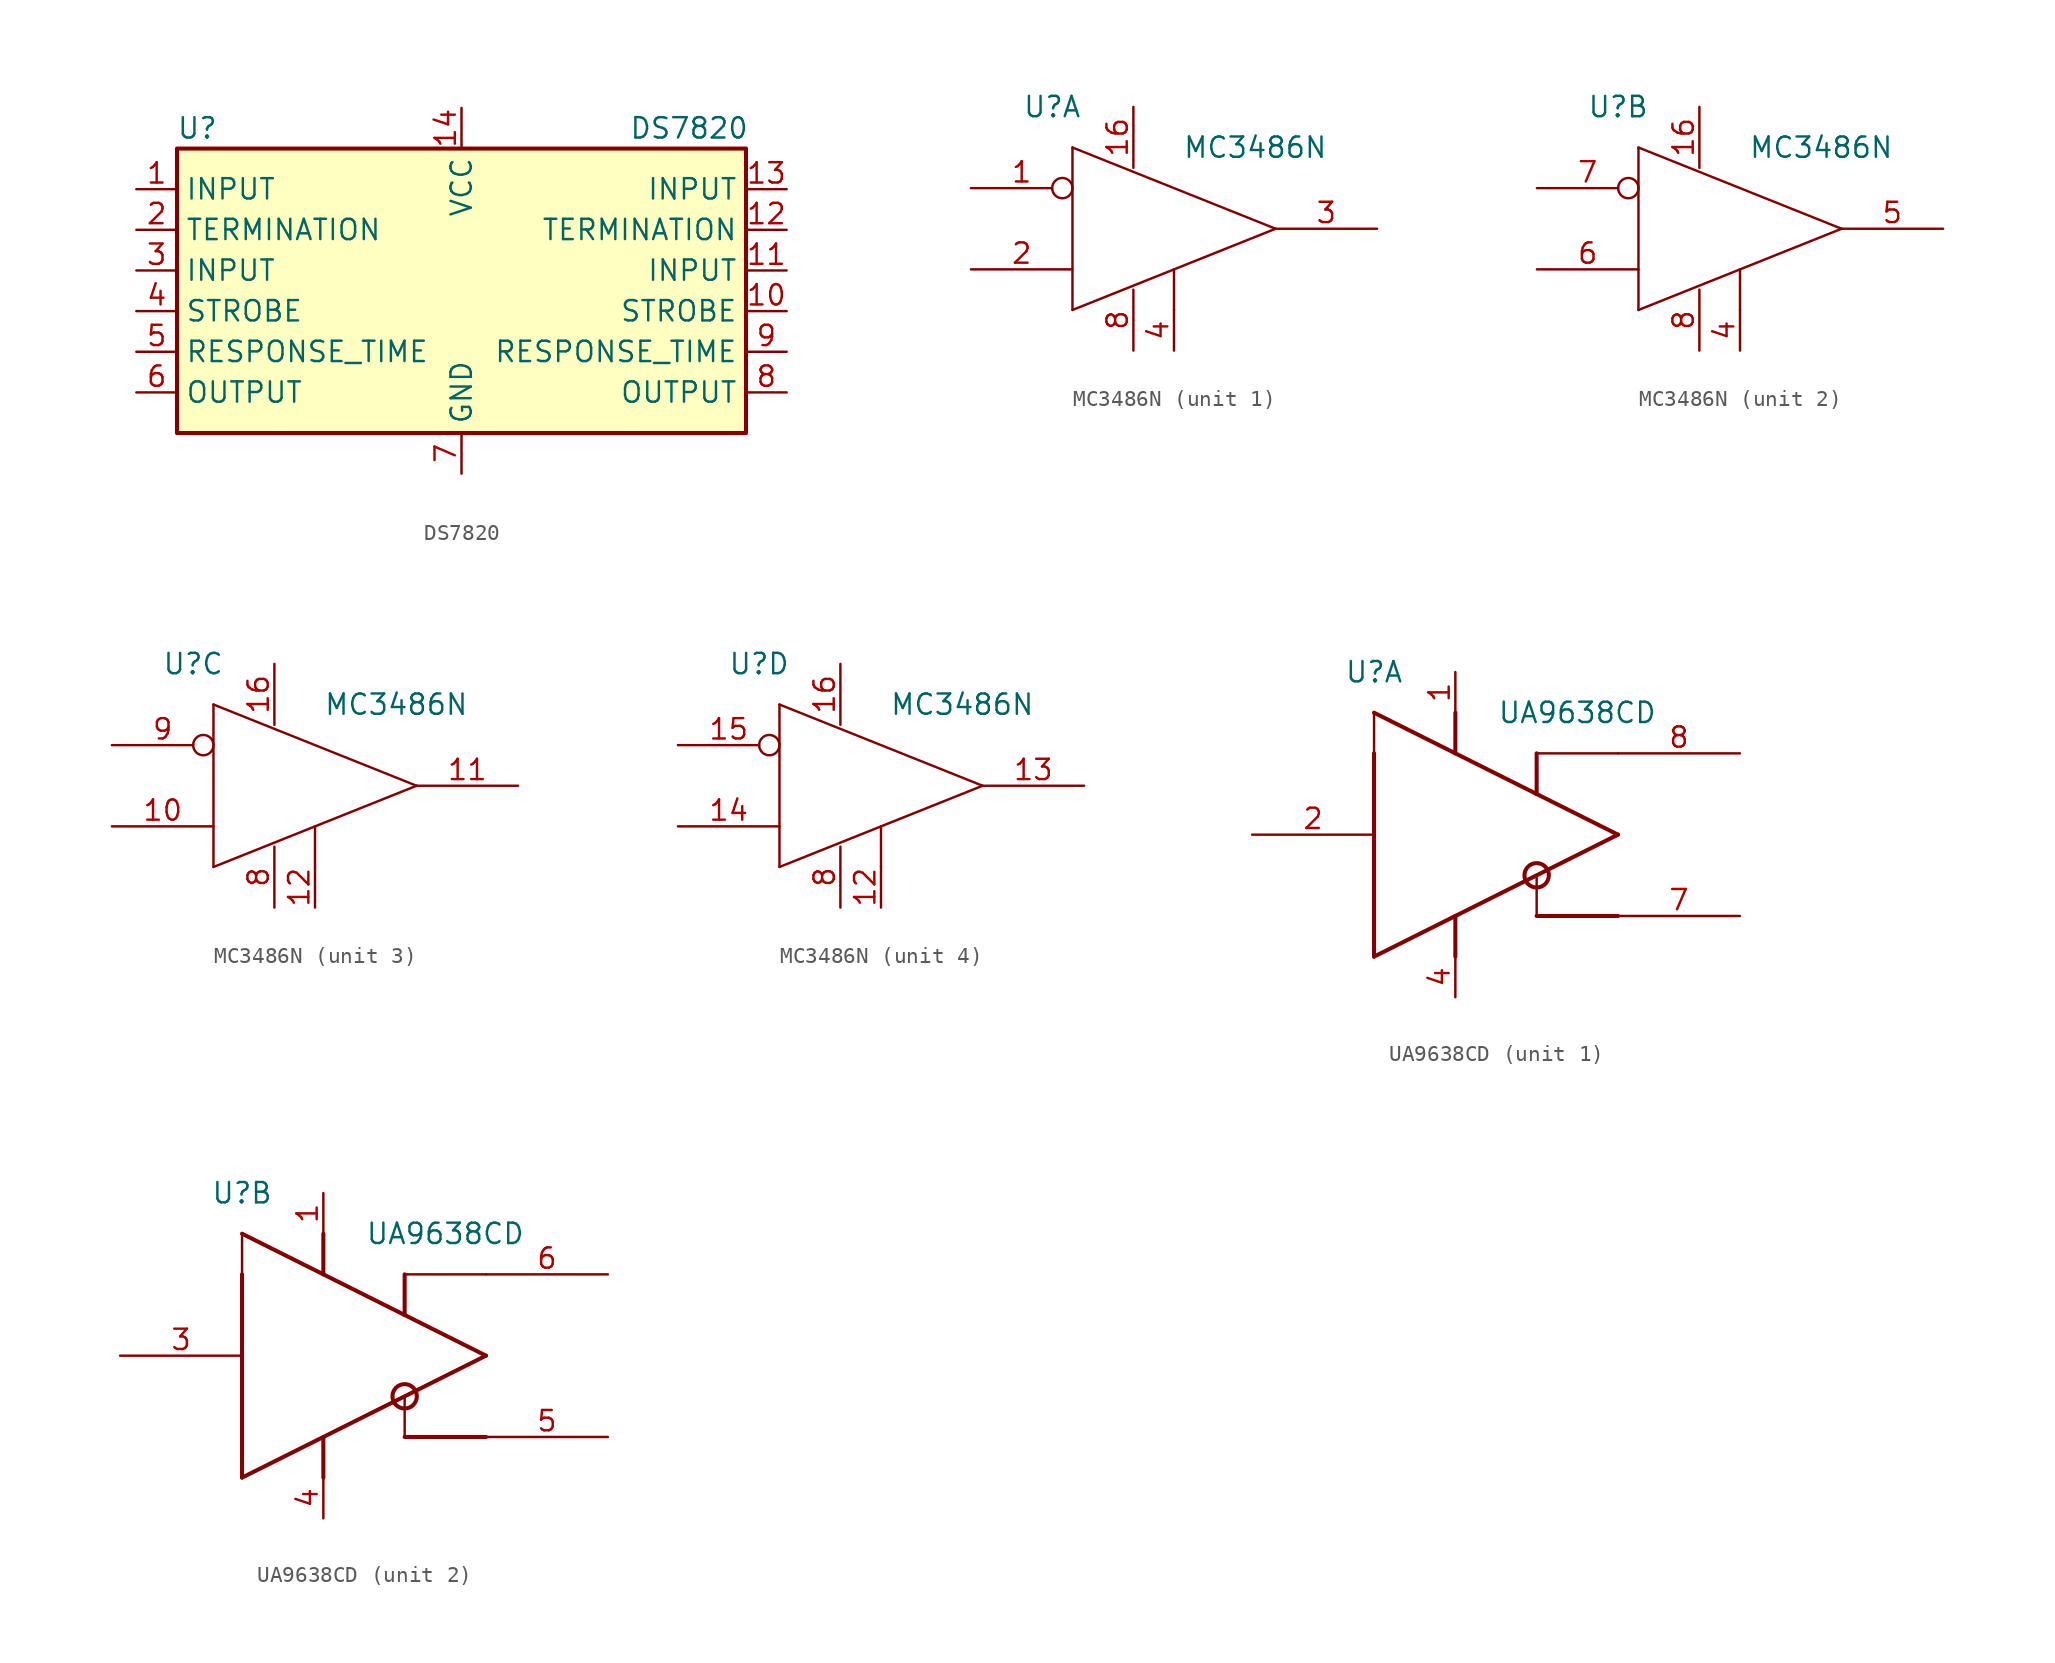
<source format=kicad_sym>
(kicad_symbol_lib
  (version 20201005)
  (generator kicad_symbol_editor)
  (symbol "DS7820"
    (property "Reference" "U"
      (at -16.51 8.89 0)
      (effects (font (size 1.27 1.27))))
    (property "Value" "DS7820"
      (at 14.224 8.89 0)
      (effects (font (size 1.27 1.27))))
    (symbol "DS7820_0_1"
      (rectangle (start -17.78 7.62) (end 17.78 -10.16) (stroke (width 0.254)) (fill (type background))))
    (symbol "DS7820_1_1"
      (pin input line (at -20.32 5.08 0) (length 2.54) (name "INPUT" (effects (font (size 1.27 1.27)))) (number "1" (effects (font (size 1.27 1.27)))))
      (pin input line (at -20.32 2.54 0) (length 2.54) (name "TERMINATION" (effects (font (size 1.27 1.27)))) (number "2" (effects (font (size 1.27 1.27)))))
      (pin input line (at -20.32 0 0) (length 2.54) (name "INPUT" (effects (font (size 1.27 1.27)))) (number "3" (effects (font (size 1.27 1.27)))))
      (pin input line (at -20.32 -2.54 0) (length 2.54) (name "STROBE" (effects (font (size 1.27 1.27)))) (number "4" (effects (font (size 1.27 1.27)))))
      (pin input line (at -20.32 -5.08 0) (length 2.54) (name "RESPONSE_TIME" (effects (font (size 1.27 1.27)))) (number "5" (effects (font (size 1.27 1.27)))))
      (pin input line (at -20.32 -7.62 0) (length 2.54) (name "OUTPUT" (effects (font (size 1.27 1.27)))) (number "6" (effects (font (size 1.27 1.27)))))
      (pin power_in line (at 0 -12.7 90) (length 2.54) (name "GND" (effects (font (size 1.27 1.27)))) (number "7" (effects (font (size 1.27 1.27)))))
      (pin output line (at 20.32 -7.62 180) (length 2.54) (name "OUTPUT" (effects (font (size 1.27 1.27)))) (number "8" (effects (font (size 1.27 1.27)))))
      (pin input line (at 20.32 -5.08 180) (length 2.54) (name "RESPONSE_TIME" (effects (font (size 1.27 1.27)))) (number "9" (effects (font (size 1.27 1.27)))))
      (pin input line (at 20.32 -2.54 180) (length 2.54) (name "STROBE" (effects (font (size 1.27 1.27)))) (number "10" (effects (font (size 1.27 1.27)))))
      (pin input line (at 20.32 0 180) (length 2.54) (name "INPUT" (effects (font (size 1.27 1.27)))) (number "11" (effects (font (size 1.27 1.27)))))
      (pin input line (at 20.32 2.54 180) (length 2.54) (name "TERMINATION" (effects (font (size 1.27 1.27)))) (number "12" (effects (font (size 1.27 1.27)))))
      (pin input line (at 20.32 5.08 180) (length 2.54) (name "INPUT" (effects (font (size 1.27 1.27)))) (number "13" (effects (font (size 1.27 1.27)))))
      (pin power_in line (at 0 10.16 270) (length 2.54) (name "VCC" (effects (font (size 1.27 1.27)))) (number "14" (effects (font (size 1.27 1.27)))))))
  (symbol "MC3486N"
    (pin_names
      (offset 1.016) hide)
    (property "Reference" "U"
      (at -7.62 7.62 0)
      (effects (font (size 1.27 1.27))))
    (property "Value" "MC3486N"
      (at 5.08 5.08 0)
      (effects (font (size 1.27 1.27))))
    (symbol "MC3486N_0_1"
      (polyline (pts (xy -6.35 -5.08) (xy 6.35 0)) (stroke (width 0)) (fill (type none)))
      (polyline (pts (xy -6.35 5.08) (xy -6.35 -5.08)) (stroke (width 0)) (fill (type none)))
      (polyline (pts (xy 0 -5.08) (xy 0 -2.54)) (stroke (width 0)) (fill (type none)))
      (polyline (pts (xy 6.35 0) (xy -6.35 5.08)) (stroke (width 0)) (fill (type none))))
    (symbol "MC3486N_1_1"
      (pin input inverted (at -12.7 2.54 0) (length 6.35) (name "E-" (effects (font (size 1.27 1.27)))) (number "1" (effects (font (size 1.27 1.27)))))
      (pin input line (at -12.7 -2.54 0) (length 6.35) (name "E+" (effects (font (size 1.27 1.27)))) (number "2" (effects (font (size 1.27 1.27)))))
      (pin tri_state line (at 12.7 0 180) (length 6.35) (name "OUT" (effects (font (size 1.27 1.27)))) (number "3" (effects (font (size 1.27 1.27)))))
      (pin input line (at 0 -7.62 90) (length 2.54) (name "ENABLE" (effects (font (size 1.27 1.27)))) (number "4" (effects (font (size 1.27 1.27)))))
      (pin power_in line (at -2.54 -7.62 90) (length 3.81) (name "GND" (effects (font (size 1.27 1.27)))) (number "8" (effects (font (size 1.27 1.27)))))
      (pin power_in line (at -2.54 7.62 270) (length 3.81) (name "VCC" (effects (font (size 1.27 1.27)))) (number "16" (effects (font (size 1.27 1.27))))))
    (symbol "MC3486N_2_1"
      (pin input line (at 0 -7.62 90) (length 2.54) (name "ENABLE" (effects (font (size 1.27 1.27)))) (number "4" (effects (font (size 1.27 1.27)))))
      (pin tri_state line (at 12.7 0 180) (length 6.35) (name "OUT" (effects (font (size 1.27 1.27)))) (number "5" (effects (font (size 1.27 1.27)))))
      (pin input line (at -12.7 -2.54 0) (length 6.35) (name "E+" (effects (font (size 1.27 1.27)))) (number "6" (effects (font (size 1.27 1.27)))))
      (pin input inverted (at -12.7 2.54 0) (length 6.35) (name "E-" (effects (font (size 1.27 1.27)))) (number "7" (effects (font (size 1.27 1.27)))))
      (pin power_in line (at -2.54 -7.62 90) (length 3.81) (name "GND" (effects (font (size 1.27 1.27)))) (number "8" (effects (font (size 1.27 1.27)))))
      (pin power_in line (at -2.54 7.62 270) (length 3.81) (name "VCC" (effects (font (size 1.27 1.27)))) (number "16" (effects (font (size 1.27 1.27))))))
    (symbol "MC3486N_3_1"
      (pin power_in line (at -2.54 -7.62 90) (length 3.81) (name "GND" (effects (font (size 1.27 1.27)))) (number "8" (effects (font (size 1.27 1.27)))))
      (pin input inverted (at -12.7 2.54 0) (length 6.35) (name "E-" (effects (font (size 1.27 1.27)))) (number "9" (effects (font (size 1.27 1.27)))))
      (pin input line (at -12.7 -2.54 0) (length 6.35) (name "E+" (effects (font (size 1.27 1.27)))) (number "10" (effects (font (size 1.27 1.27)))))
      (pin tri_state line (at 12.7 0 180) (length 6.35) (name "OUT" (effects (font (size 1.27 1.27)))) (number "11" (effects (font (size 1.27 1.27)))))
      (pin input line (at 0 -7.62 90) (length 2.54) (name "ENABLE" (effects (font (size 1.27 1.27)))) (number "12" (effects (font (size 1.27 1.27)))))
      (pin power_in line (at -2.54 7.62 270) (length 3.81) (name "VCC" (effects (font (size 1.27 1.27)))) (number "16" (effects (font (size 1.27 1.27))))))
    (symbol "MC3486N_4_1"
      (pin power_in line (at -2.54 -7.62 90) (length 3.81) (name "GND" (effects (font (size 1.27 1.27)))) (number "8" (effects (font (size 1.27 1.27)))))
      (pin input line (at 0 -7.62 90) (length 2.54) (name "ENABLE" (effects (font (size 1.27 1.27)))) (number "12" (effects (font (size 1.27 1.27)))))
      (pin tri_state line (at 12.7 0 180) (length 6.35) (name "OUT" (effects (font (size 1.27 1.27)))) (number "13" (effects (font (size 1.27 1.27)))))
      (pin input line (at -12.7 -2.54 0) (length 6.35) (name "E+" (effects (font (size 1.27 1.27)))) (number "14" (effects (font (size 1.27 1.27)))))
      (pin input inverted (at -12.7 2.54 0) (length 6.35) (name "E-" (effects (font (size 1.27 1.27)))) (number "15" (effects (font (size 1.27 1.27)))))
      (pin power_in line (at -2.54 7.62 270) (length 3.81) (name "VCC" (effects (font (size 1.27 1.27)))) (number "16" (effects (font (size 1.27 1.27)))))))
  (symbol "UA9638CD"
    (pin_names
      (offset 1.016) hide)
    (property "Reference" "U"
      (at -7.62 10.16 0)
      (effects (font (size 1.27 1.27))))
    (property "Value" "UA9638CD"
      (at 5.08 7.62 0)
      (effects (font (size 1.27 1.27))))
    (symbol "UA9638CD_0_1"
      (circle (center 2.54 -2.54) (radius 0.762) (stroke (width 0.254)) (fill (type none)))
      (polyline (pts (xy -7.62 5.08) (xy -7.62 -7.62)) (stroke (width 0.254)) (fill (type background)))
      (polyline (pts (xy -7.62 5.08) (xy -7.62 7.62)) (stroke (width 0)) (fill (type none)))
      (polyline (pts (xy -7.62 7.62) (xy 7.62 0)) (stroke (width 0.254)) (fill (type none)))
      (polyline (pts (xy -2.54 -5.08) (xy -2.54 -7.62)) (stroke (width 0.254)) (fill (type none)))
      (polyline (pts (xy -2.54 5.08) (xy -2.54 7.62)) (stroke (width 0.254)) (fill (type none)))
      (polyline (pts (xy 2.54 -5.08) (xy 7.62 -5.08)) (stroke (width 0.254)) (fill (type none)))
      (polyline (pts (xy 2.54 -2.54) (xy 2.54 -5.08)) (stroke (width 0)) (fill (type none)))
      (polyline (pts (xy 2.54 5.08) (xy 2.54 2.54)) (stroke (width 0.254)) (fill (type none)))
      (polyline (pts (xy 7.62 0) (xy -7.62 -7.62)) (stroke (width 0.254)) (fill (type none)))
      (polyline (pts (xy 7.62 5.08) (xy 2.54 5.08)) (stroke (width 0)) (fill (type none))))
    (symbol "UA9638CD_1_1"
      (pin power_in line (at -2.54 10.16 270) (length 2.54) (name "VCC" (effects (font (size 1.27 1.27)))) (number "1" (effects (font (size 1.27 1.27)))))
      (pin input line (at -15.24 0 0) (length 7.62) (name "IN" (effects (font (size 1.27 1.27)))) (number "2" (effects (font (size 1.27 1.27)))))
      (pin power_in line (at -2.54 -10.16 90) (length 2.54) (name "GND" (effects (font (size 1.27 1.27)))) (number "4" (effects (font (size 1.27 1.27)))))
      (pin output line (at 15.24 -5.08 180) (length 7.62) (name "OUTA" (effects (font (size 1.27 1.27)))) (number "7" (effects (font (size 1.27 1.27)))))
      (pin output line (at 15.24 5.08 180) (length 7.62) (name "OUTB" (effects (font (size 1.27 1.27)))) (number "8" (effects (font (size 1.27 1.27))))))
    (symbol "UA9638CD_2_1"
      (pin power_in line (at -2.54 10.16 270) (length 2.54) (name "VCC" (effects (font (size 1.27 1.27)))) (number "1" (effects (font (size 1.27 1.27)))))
      (pin input line (at -15.24 0 0) (length 7.62) (name "IN" (effects (font (size 1.27 1.27)))) (number "3" (effects (font (size 1.27 1.27)))))
      (pin power_in line (at -2.54 -10.16 90) (length 2.54) (name "GND" (effects (font (size 1.27 1.27)))) (number "4" (effects (font (size 1.27 1.27)))))
      (pin output line (at 15.24 -5.08 180) (length 7.62) (name "OUTA" (effects (font (size 1.27 1.27)))) (number "5" (effects (font (size 1.27 1.27)))))
      (pin output line (at 15.24 5.08 180) (length 7.62) (name "OUTB" (effects (font (size 1.27 1.27)))) (number "6" (effects (font (size 1.27 1.27))))))))
</source>
